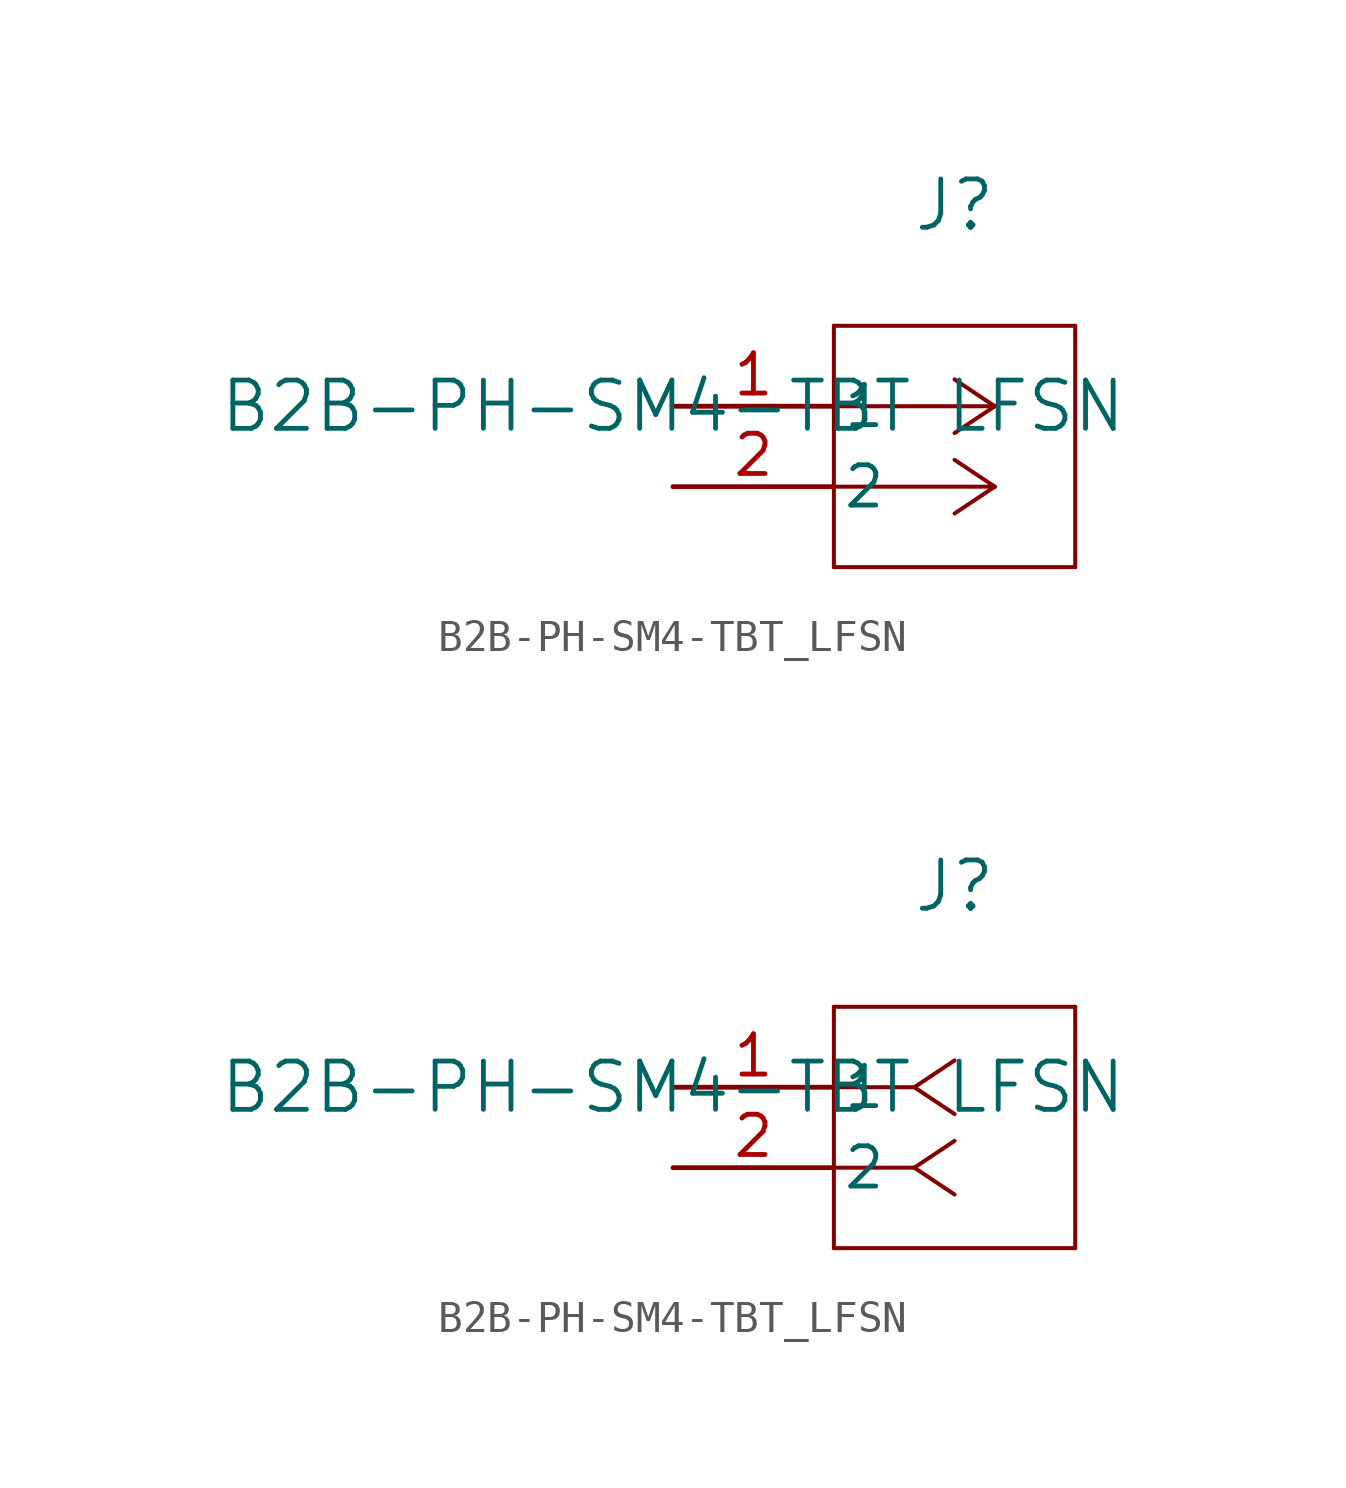
<source format=kicad_sym>
(kicad_symbol_lib
  (version 20211014)
  (generator kicad_symbol_editor)
  (symbol "B2B-PH-SM4-TBT_LFSN"
    (pin_names
      (offset 0.254))
    (property "Reference" "J"
      (at 8.89 6.35 0)
      (effects (font (size 1.524 1.524))))
    (property "Value" "B2B-PH-SM4-TBT LFSN"
      (at 0 0 0)
      (effects (font (size 1.524 1.524))))
    (symbol "B2B-PH-SM4-TBT_LFSN_1_1"
      (polyline (pts (xy 10.16 0) (xy 5.08 0)) (stroke (width 0.127) (type default) (color 0 0 0 0)) (fill (type none)))
      (polyline (pts (xy 10.16 -2.54) (xy 5.08 -2.54)) (stroke (width 0.127) (type default) (color 0 0 0 0)) (fill (type none)))
      (polyline (pts (xy 10.16 0) (xy 8.89 0.847)) (stroke (width 0.127) (type default) (color 0 0 0 0)) (fill (type none)))
      (polyline (pts (xy 10.16 -2.54) (xy 8.89 -1.693)) (stroke (width 0.127) (type default) (color 0 0 0 0)) (fill (type none)))
      (polyline (pts (xy 10.16 0) (xy 8.89 -0.847)) (stroke (width 0.127) (type default) (color 0 0 0 0)) (fill (type none)))
      (polyline (pts (xy 10.16 -2.54) (xy 8.89 -3.387)) (stroke (width 0.127) (type default) (color 0 0 0 0)) (fill (type none)))
      (polyline (pts (xy 5.08 2.54) (xy 5.08 -5.08)) (stroke (width 0.127) (type default) (color 0 0 0 0)) (fill (type none)))
      (polyline (pts (xy 5.08 -5.08) (xy 12.7 -5.08)) (stroke (width 0.127) (type default) (color 0 0 0 0)) (fill (type none)))
      (polyline (pts (xy 12.7 -5.08) (xy 12.7 2.54)) (stroke (width 0.127) (type default) (color 0 0 0 0)) (fill (type none)))
      (polyline (pts (xy 12.7 2.54) (xy 5.08 2.54)) (stroke (width 0.127) (type default) (color 0 0 0 0)) (fill (type none)))
      (pin unspecified line (at 0 0 0) (length 5.08) (name "1" (effects (font (size 1.27 1.27)))) (number "1" (effects (font (size 1.27 1.27)))))
      (pin unspecified line (at 0 -2.54 0) (length 5.08) (name "2" (effects (font (size 1.27 1.27)))) (number "2" (effects (font (size 1.27 1.27))))))
    (symbol "B2B-PH-SM4-TBT_LFSN_1_2"
      (polyline (pts (xy 7.62 0) (xy 5.08 0)) (stroke (width 0.127) (type default) (color 0 0 0 0)) (fill (type none)))
      (polyline (pts (xy 7.62 -2.54) (xy 5.08 -2.54)) (stroke (width 0.127) (type default) (color 0 0 0 0)) (fill (type none)))
      (polyline (pts (xy 7.62 0) (xy 8.89 0.847)) (stroke (width 0.127) (type default) (color 0 0 0 0)) (fill (type none)))
      (polyline (pts (xy 7.62 -2.54) (xy 8.89 -1.693)) (stroke (width 0.127) (type default) (color 0 0 0 0)) (fill (type none)))
      (polyline (pts (xy 7.62 0) (xy 8.89 -0.847)) (stroke (width 0.127) (type default) (color 0 0 0 0)) (fill (type none)))
      (polyline (pts (xy 7.62 -2.54) (xy 8.89 -3.387)) (stroke (width 0.127) (type default) (color 0 0 0 0)) (fill (type none)))
      (polyline (pts (xy 5.08 2.54) (xy 5.08 -5.08)) (stroke (width 0.127) (type default) (color 0 0 0 0)) (fill (type none)))
      (polyline (pts (xy 5.08 -5.08) (xy 12.7 -5.08)) (stroke (width 0.127) (type default) (color 0 0 0 0)) (fill (type none)))
      (polyline (pts (xy 12.7 -5.08) (xy 12.7 2.54)) (stroke (width 0.127) (type default) (color 0 0 0 0)) (fill (type none)))
      (polyline (pts (xy 12.7 2.54) (xy 5.08 2.54)) (stroke (width 0.127) (type default) (color 0 0 0 0)) (fill (type none)))
      (pin unspecified line (at 0 0 0) (length 5.08) (name "1" (effects (font (size 1.27 1.27)))) (number "1" (effects (font (size 1.27 1.27)))))
      (pin unspecified line (at 0 -2.54 0) (length 5.08) (name "2" (effects (font (size 1.27 1.27)))) (number "2" (effects (font (size 1.27 1.27))))))))
</source>
